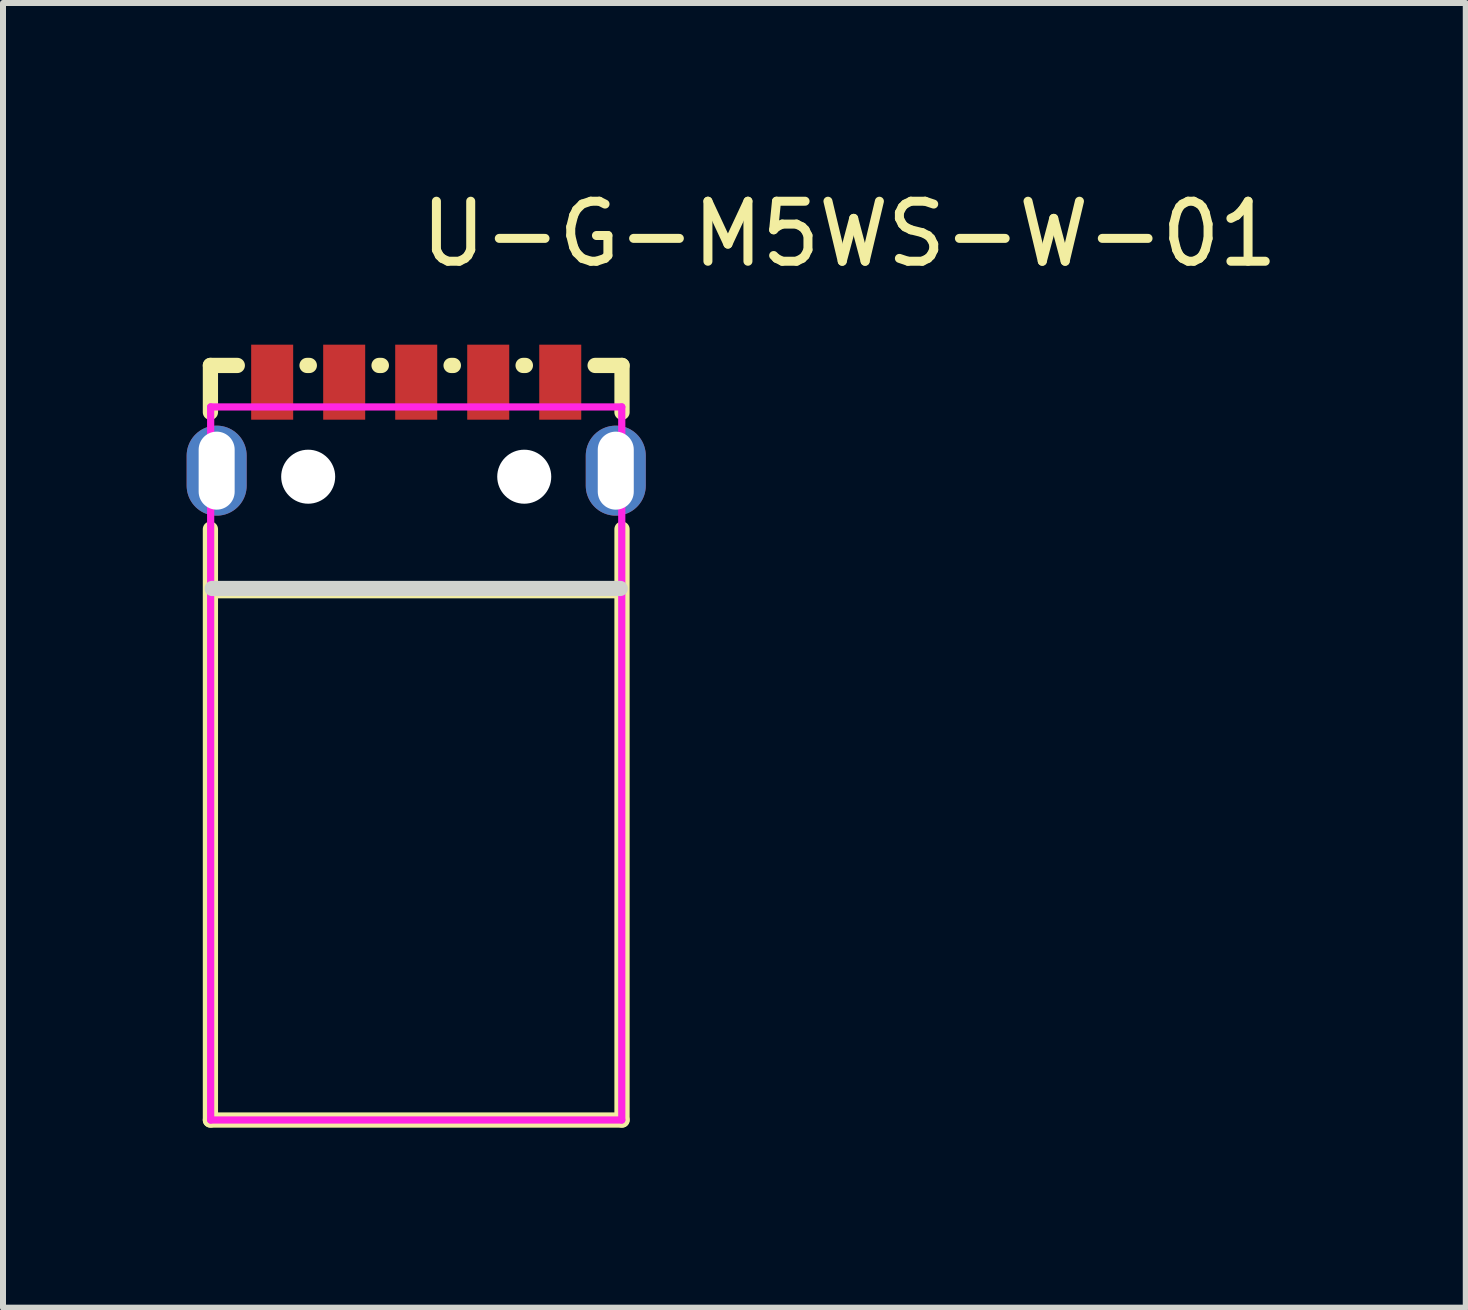
<source format=kicad_pcb>
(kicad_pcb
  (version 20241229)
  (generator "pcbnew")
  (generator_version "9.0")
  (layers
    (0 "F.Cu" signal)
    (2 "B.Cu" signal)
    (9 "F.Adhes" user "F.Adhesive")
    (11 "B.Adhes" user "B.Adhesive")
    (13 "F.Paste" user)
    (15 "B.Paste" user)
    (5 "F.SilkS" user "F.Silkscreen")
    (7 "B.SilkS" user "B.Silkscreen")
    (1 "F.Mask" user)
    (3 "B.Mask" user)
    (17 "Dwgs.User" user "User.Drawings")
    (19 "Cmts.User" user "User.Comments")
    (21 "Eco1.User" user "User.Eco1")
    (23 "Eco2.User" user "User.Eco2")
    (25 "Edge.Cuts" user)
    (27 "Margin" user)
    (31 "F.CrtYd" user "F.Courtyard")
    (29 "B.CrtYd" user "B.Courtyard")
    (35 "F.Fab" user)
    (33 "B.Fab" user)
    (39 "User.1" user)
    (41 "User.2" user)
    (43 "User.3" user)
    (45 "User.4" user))
  (footprint "U-G-M5WS-W-01"
    (layer "F.Cu")
    (at 3.885 4.055)
    (property "Reference" "U-G-M5WS-W-01" (at 0 -3.207 0) (layer "F.SilkS") (effects (font (size 1 1) (thickness 0.15)) (justify left)))
    (attr through_hole)
    (fp_line (start -3.429 -1.016) (end -3.429 -0.236) (stroke (width 0.254) (type solid)) (layer "F.SilkS"))
    (fp_line (start -3.429 1.712) (end -3.429 11.557) (stroke (width 0.254) (type solid)) (layer "F.SilkS"))
    (fp_line (start -3.429 11.557) (end 3.429 11.557) (stroke (width 0.254) (type solid)) (layer "F.SilkS"))
    (fp_line (start -2.981 -1.016) (end -3.429 -1.016) (stroke (width 0.254) (type solid)) (layer "F.SilkS"))
    (fp_line (start -1.781 -1.016) (end -1.819 -1.016) (stroke (width 0.254) (type solid)) (layer "F.SilkS"))
    (fp_line (start -0.581 -1.016) (end -0.619 -1.016) (stroke (width 0.254) (type solid)) (layer "F.SilkS"))
    (fp_line (start 0.619 -1.016) (end 0.581 -1.016) (stroke (width 0.254) (type solid)) (layer "F.SilkS"))
    (fp_line (start 1.819 -1.016) (end 1.781 -1.016) (stroke (width 0.254) (type solid)) (layer "F.SilkS"))
    (fp_line (start 3.4 2.738) (end -3.4 2.738) (stroke (width 0.254) (type solid)) (layer "F.SilkS"))
    (fp_line (start 3.429 -1.016) (end 2.981 -1.016) (stroke (width 0.254) (type solid)) (layer "F.SilkS"))
    (fp_line (start 3.429 -0.236) (end 3.429 -1.016) (stroke (width 0.254) (type solid)) (layer "F.SilkS"))
    (fp_line (start 3.429 11.557) (end 3.429 1.712) (stroke (width 0.254) (type solid)) (layer "F.SilkS"))
    (fp_poly (pts (xy -2.75 -1.362) (xy -2.05 -1.362) (xy -2.05 -0.112) (xy -2.75 -0.112)) (stroke (width 0.12) (type solid)) (fill yes) (layer "F.Paste"))
    (fp_poly (pts (xy -1.55 -1.362) (xy -0.85 -1.362) (xy -0.85 -0.112) (xy -1.55 -0.112)) (stroke (width 0.12) (type solid)) (fill yes) (layer "F.Paste"))
    (fp_poly (pts (xy -0.35 -1.362) (xy 0.351 -1.362) (xy 0.351 -0.112) (xy -0.35 -0.112)) (stroke (width 0.12) (type solid)) (fill yes) (layer "F.Paste"))
    (fp_poly (pts (xy 0.85 -1.362) (xy 1.55 -1.362) (xy 1.55 -0.112) (xy 0.85 -0.112)) (stroke (width 0.12) (type solid)) (fill yes) (layer "F.Paste"))
    (fp_poly (pts (xy 2.05 -1.362) (xy 2.75 -1.362) (xy 2.75 -0.112) (xy 2.05 -0.112)) (stroke (width 0.12) (type solid)) (fill yes) (layer "F.Paste"))
    (fp_poly (pts (xy -3.825 0.488) (xy -3.815 0.39) (xy -3.787 0.296) (xy -3.74 0.21) (xy -3.678 0.134) (xy -3.602 0.072) (xy -3.516 0.026) (xy -3.422 -0.003) (xy -3.325 -0.012) (xy -3.227 -0.003) (xy -3.133 0.026) (xy -3.047 0.072) (xy -2.971 0.134) (xy -2.909 0.21) (xy -2.863 0.296) (xy -2.834 0.39) (xy -2.825 0.488) (xy -2.825 0.988) (xy -2.834 1.085) (xy -2.863 1.179) (xy -2.909 1.265) (xy -2.971 1.341) (xy -3.047 1.403) (xy -3.133 1.45) (xy -3.227 1.478) (xy -3.325 1.488) (xy -3.422 1.478) (xy -3.516 1.45) (xy -3.602 1.403) (xy -3.678 1.341) (xy -3.74 1.265) (xy -3.787 1.179) (xy -3.815 1.085) (xy -3.825 0.988)) (stroke (width 0.12) (type solid)) (fill yes) (layer "F.Paste"))
    (fp_poly (pts (xy 2.825 0.488) (xy 2.835 0.39) (xy 2.863 0.296) (xy 2.91 0.21) (xy 2.972 0.134) (xy 3.048 0.072) (xy 3.134 0.026) (xy 3.228 -0.003) (xy 3.325 -0.012) (xy 3.423 -0.003) (xy 3.517 0.026) (xy 3.603 0.072) (xy 3.679 0.134) (xy 3.741 0.21) (xy 3.787 0.296) (xy 3.816 0.39) (xy 3.825 0.488) (xy 3.825 0.988) (xy 3.816 1.085) (xy 3.787 1.179) (xy 3.741 1.265) (xy 3.679 1.341) (xy 3.603 1.403) (xy 3.517 1.45) (xy 3.423 1.478) (xy 3.325 1.488) (xy 3.228 1.478) (xy 3.134 1.45) (xy 3.048 1.403) (xy 2.972 1.341) (xy 2.91 1.265) (xy 2.863 1.179) (xy 2.835 1.085) (xy 2.825 0.988)) (stroke (width 0.12) (type solid)) (fill yes) (layer "F.Paste"))
    (fp_circle (center -3.475 -1.08) (end -3.445 -1.08) (stroke (width 0.06) (type solid)) (fill no) (layer "Eco2.User"))
    (fp_poly (pts (xy -3.475 0.137) (xy -3.175 0.137) (xy -3.175 1.337) (xy -3.475 1.337)) (stroke (width 0.12) (type solid)) (fill no) (layer "Eco2.User"))
    (fp_poly (pts (xy 3.175 0.137) (xy 3.475 0.137) (xy 3.475 1.337) (xy 3.175 1.337)) (stroke (width 0.12) (type solid)) (fill no) (layer "Eco2.User"))
    (fp_poly (pts (xy -2.605 -0.28) (xy -2.605 -0.88) (xy -2.595 -0.93) (xy -2.575 -0.98) (xy -2.545 -1.02) (xy -2.505 -1.05) (xy -2.455 -1.07) (xy -2.4 -1.08) (xy -2.355 -1.07) (xy -2.305 -1.05) (xy -2.265 -1.02) (xy -2.235 -0.98) (xy -2.215 -0.925) (xy -2.205 -0.88) (xy -2.205 -0.28) (xy -2.605 -0.28)) (stroke (width 0.12) (type solid)) (fill no) (layer "Eco2.User"))
    (fp_poly (pts (xy -1.405 -0.28) (xy -1.405 -0.88) (xy -1.395 -0.93) (xy -1.375 -0.98) (xy -1.345 -1.02) (xy -1.305 -1.05) (xy -1.255 -1.07) (xy -1.2 -1.08) (xy -1.155 -1.07) (xy -1.105 -1.05) (xy -1.065 -1.02) (xy -1.035 -0.98) (xy -1.015 -0.925) (xy -1.005 -0.88) (xy -1.005 -0.28) (xy -1.405 -0.28)) (stroke (width 0.12) (type solid)) (fill no) (layer "Eco2.User"))
    (fp_poly (pts (xy -0.205 -0.28) (xy -0.205 -0.88) (xy -0.195 -0.93) (xy -0.175 -0.98) (xy -0.145 -1.02) (xy -0.105 -1.05) (xy -0.055 -1.07) (xy 0 -1.08) (xy 0.045 -1.07) (xy 0.095 -1.05) (xy 0.135 -1.02) (xy 0.165 -0.98) (xy 0.185 -0.925) (xy 0.195 -0.88) (xy 0.195 -0.28) (xy -0.205 -0.28)) (stroke (width 0.12) (type solid)) (fill no) (layer "Eco2.User"))
    (fp_poly (pts (xy 0.995 -0.28) (xy 0.995 -0.88) (xy 1.005 -0.93) (xy 1.025 -0.98) (xy 1.055 -1.02) (xy 1.095 -1.05) (xy 1.145 -1.07) (xy 1.2 -1.08) (xy 1.245 -1.07) (xy 1.295 -1.05) (xy 1.335 -1.02) (xy 1.365 -0.98) (xy 1.385 -0.925) (xy 1.395 -0.88) (xy 1.395 -0.28) (xy 0.995 -0.28)) (stroke (width 0.12) (type solid)) (fill no) (layer "Eco2.User"))
    (fp_poly (pts (xy 2.195 -0.28) (xy 2.195 -0.88) (xy 2.205 -0.93) (xy 2.225 -0.98) (xy 2.255 -1.02) (xy 2.295 -1.05) (xy 2.345 -1.07) (xy 2.4 -1.08) (xy 2.445 -1.07) (xy 2.495 -1.05) (xy 2.535 -1.02) (xy 2.565 -0.98) (xy 2.585 -0.925) (xy 2.595 -0.88) (xy 2.595 -0.28) (xy 2.195 -0.28)) (stroke (width 0.12) (type solid)) (fill no) (layer "Eco2.User"))
    (fp_line (start -3.4 2.7) (end 3.4 2.7) (stroke (width 0.254) (type solid)) (layer "Edge.Cuts"))
    (fp_line (start -3.425 -0.325) (end 3.425 -0.325) (stroke (width 0.12) (type solid)) (layer "F.CrtYd"))
    (fp_line (start -3.425 0.157) (end -3.425 -0.325) (stroke (width 0.12) (type solid)) (layer "F.CrtYd"))
    (fp_line (start -3.425 11.557) (end -3.425 0.157) (stroke (width 0.12) (type solid)) (layer "F.CrtYd"))
    (fp_line (start 3.425 -0.325) (end 3.425 0.157) (stroke (width 0.12) (type solid)) (layer "F.CrtYd"))
    (fp_line (start 3.425 0.157) (end 3.425 11.557) (stroke (width 0.12) (type solid)) (layer "F.CrtYd"))
    (fp_line (start 3.425 11.557) (end -3.425 11.557) (stroke (width 0.12) (type solid)) (layer "F.CrtYd"))
    (pad "" np_thru_hole circle (at -1.8 0.838) (size 0.9 0.9) (drill 0.9) (layers "*.Cu" "*.Mask"))
    (pad "" np_thru_hole circle (at 1.8 0.838) (size 0.9 0.9) (drill 0.9) (layers "*.Cu" "*.Mask"))
    (pad "1" smd rect (at -2.4 -0.737) (size 0.7 1.25) (layers "F.Cu" "F.Mask" "F.Paste"))
    (pad "2" smd rect (at -1.2 -0.737) (size 0.7 1.25) (layers "F.Cu" "F.Mask" "F.Paste"))
    (pad "3" smd rect (at 0 -0.737) (size 0.7 1.25) (layers "F.Cu" "F.Mask" "F.Paste"))
    (pad "4" smd rect (at 1.2 -0.737) (size 0.7 1.25) (layers "F.Cu" "F.Mask" "F.Paste"))
    (pad "5" smd rect (at 2.4 -0.737) (size 0.7 1.25) (layers "F.Cu" "F.Mask" "F.Paste"))
    (pad "6" thru_hole oval (at -3.325 0.737) (size 1 1.5) (drill oval 0.6 1.3) (layers "*.Cu" "*.Mask"))
    (pad "7" thru_hole oval (at 3.325 0.737) (size 1 1.5) (drill oval 0.6 1.3) (layers "*.Cu" "*.Mask")))
  (gr_rect
    (start -3 -3)
    (end 21.373 18.739)
    (stroke (width 0.1) (type default))
    (fill no)
    (layer "Edge.Cuts")))
</source>
